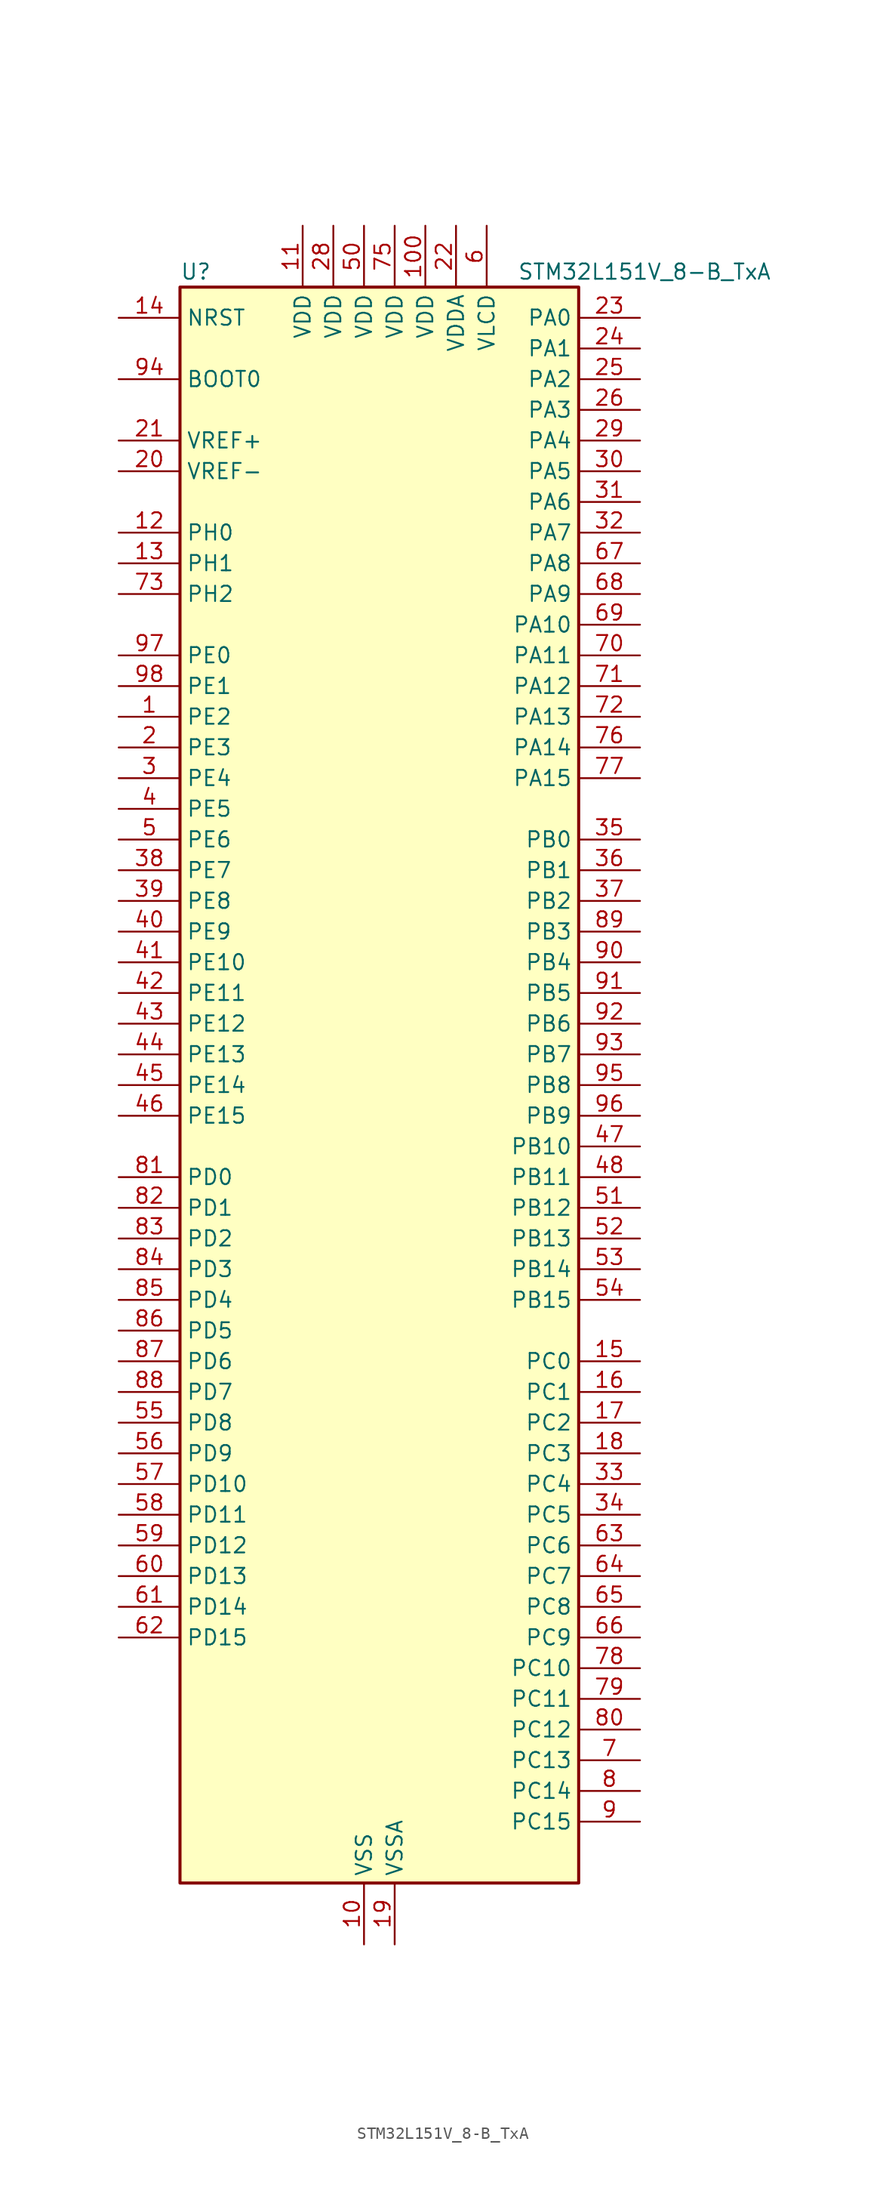
<source format=kicad_sym>
(kicad_symbol_lib
  (version 20220914)
  (generator kicad_symbol_editor)
  (symbol "STM32L151V_8-B_TxA"
    (property "Reference" "U"
      (at -15.24 67.31 0)
      (effects (font (size 1.27 1.27)) (justify left)))
    (property "Value" "STM32L151V_8-B_TxA"
      (at 12.7 67.31 0)
      (effects (font (size 1.27 1.27)) (justify left)))
    (property "ki_locked" ""
      (at 0 0 0)
      (effects (font (size 1.27 1.27))))
    (symbol "STM32L151V_8-B_TxA_0_1"
      (rectangle (start -15.24 -66.04) (end 17.78 66.04) (stroke (width 0.254) (type default)) (fill (type background))))
    (symbol "STM32L151V_8-B_TxA_1_1"
      (pin bidirectional line (at -20.32 30.48 0) (length 5.08) (name "PE2" (effects (font (size 1.27 1.27)))) (number "1" (effects (font (size 1.27 1.27)))) (alternate "SYS_TRACECK" bidirectional line) (alternate "TIM3_ETR" bidirectional line) (alternate "TIMX_IC3" bidirectional line))
      (pin power_in line (at 0 -71.12 90) (length 5.08) (name "VSS" (effects (font (size 1.27 1.27)))) (number "10" (effects (font (size 1.27 1.27)))))
      (pin power_in line (at 5.08 71.12 270) (length 5.08) (name "VDD" (effects (font (size 1.27 1.27)))) (number "100" (effects (font (size 1.27 1.27)))))
      (pin power_in line (at -5.08 71.12 270) (length 5.08) (name "VDD" (effects (font (size 1.27 1.27)))) (number "11" (effects (font (size 1.27 1.27)))))
      (pin bidirectional line (at -20.32 45.72 0) (length 5.08) (name "PH0" (effects (font (size 1.27 1.27)))) (number "12" (effects (font (size 1.27 1.27)))) (alternate "RCC_OSC_IN" bidirectional line))
      (pin bidirectional line (at -20.32 43.18 0) (length 5.08) (name "PH1" (effects (font (size 1.27 1.27)))) (number "13" (effects (font (size 1.27 1.27)))) (alternate "RCC_OSC_OUT" bidirectional line))
      (pin input line (at -20.32 63.5 0) (length 5.08) (name "NRST" (effects (font (size 1.27 1.27)))) (number "14" (effects (font (size 1.27 1.27)))))
      (pin bidirectional line (at 22.86 -22.86 180) (length 5.08) (name "PC0" (effects (font (size 1.27 1.27)))) (number "15" (effects (font (size 1.27 1.27)))) (alternate "ADC_IN10" bidirectional line) (alternate "COMP1_INP" bidirectional line) (alternate "TIMX_IC1" bidirectional line) (alternate "TS_G8_IO1" bidirectional line))
      (pin bidirectional line (at 22.86 -25.4 180) (length 5.08) (name "PC1" (effects (font (size 1.27 1.27)))) (number "16" (effects (font (size 1.27 1.27)))) (alternate "ADC_IN11" bidirectional line) (alternate "COMP1_INP" bidirectional line) (alternate "TIMX_IC2" bidirectional line) (alternate "TS_G8_IO2" bidirectional line))
      (pin bidirectional line (at 22.86 -27.94 180) (length 5.08) (name "PC2" (effects (font (size 1.27 1.27)))) (number "17" (effects (font (size 1.27 1.27)))) (alternate "ADC_IN12" bidirectional line) (alternate "COMP1_INP" bidirectional line) (alternate "TIMX_IC3" bidirectional line) (alternate "TS_G8_IO3" bidirectional line))
      (pin bidirectional line (at 22.86 -30.48 180) (length 5.08) (name "PC3" (effects (font (size 1.27 1.27)))) (number "18" (effects (font (size 1.27 1.27)))) (alternate "ADC_IN13" bidirectional line) (alternate "COMP1_INP" bidirectional line) (alternate "TIMX_IC4" bidirectional line) (alternate "TS_G8_IO4" bidirectional line))
      (pin power_in line (at 2.54 -71.12 90) (length 5.08) (name "VSSA" (effects (font (size 1.27 1.27)))) (number "19" (effects (font (size 1.27 1.27)))))
      (pin bidirectional line (at -20.32 27.94 0) (length 5.08) (name "PE3" (effects (font (size 1.27 1.27)))) (number "2" (effects (font (size 1.27 1.27)))) (alternate "SYS_TRACED0" bidirectional line) (alternate "TIM3_CH1" bidirectional line) (alternate "TIMX_IC4" bidirectional line))
      (pin input line (at -20.32 50.8 0) (length 5.08) (name "VREF-" (effects (font (size 1.27 1.27)))) (number "20" (effects (font (size 1.27 1.27)))))
      (pin input line (at -20.32 53.34 0) (length 5.08) (name "VREF+" (effects (font (size 1.27 1.27)))) (number "21" (effects (font (size 1.27 1.27)))))
      (pin power_in line (at 7.62 71.12 270) (length 5.08) (name "VDDA" (effects (font (size 1.27 1.27)))) (number "22" (effects (font (size 1.27 1.27)))))
      (pin bidirectional line (at 22.86 63.5 180) (length 5.08) (name "PA0" (effects (font (size 1.27 1.27)))) (number "23" (effects (font (size 1.27 1.27)))) (alternate "ADC_IN0" bidirectional line) (alternate "COMP1_INP" bidirectional line) (alternate "RTC_TAMP2" bidirectional line) (alternate "SYS_WKUP1" bidirectional line) (alternate "TIM2_CH1" bidirectional line) (alternate "TIM2_ETR" bidirectional line) (alternate "TIMX_IC1" bidirectional line) (alternate "TS_G1_IO1" bidirectional line) (alternate "USART2_CTS" bidirectional line))
      (pin bidirectional line (at 22.86 60.96 180) (length 5.08) (name "PA1" (effects (font (size 1.27 1.27)))) (number "24" (effects (font (size 1.27 1.27)))) (alternate "ADC_IN1" bidirectional line) (alternate "COMP1_INP" bidirectional line) (alternate "TIM2_CH2" bidirectional line) (alternate "TIMX_IC2" bidirectional line) (alternate "TS_G1_IO2" bidirectional line) (alternate "USART2_RTS" bidirectional line))
      (pin bidirectional line (at 22.86 58.42 180) (length 5.08) (name "PA2" (effects (font (size 1.27 1.27)))) (number "25" (effects (font (size 1.27 1.27)))) (alternate "ADC_IN2" bidirectional line) (alternate "COMP1_INP" bidirectional line) (alternate "TIM2_CH3" bidirectional line) (alternate "TIM9_CH1" bidirectional line) (alternate "TIMX_IC3" bidirectional line) (alternate "TS_G1_IO3" bidirectional line) (alternate "USART2_TX" bidirectional line))
      (pin bidirectional line (at 22.86 55.88 180) (length 5.08) (name "PA3" (effects (font (size 1.27 1.27)))) (number "26" (effects (font (size 1.27 1.27)))) (alternate "ADC_IN3" bidirectional line) (alternate "COMP1_INP" bidirectional line) (alternate "TIM2_CH4" bidirectional line) (alternate "TIM9_CH2" bidirectional line) (alternate "TIMX_IC4" bidirectional line) (alternate "TS_G1_IO4" bidirectional line) (alternate "USART2_RX" bidirectional line))
      (pin passive line (at 0 -71.12 90) (length 5.08) hide (name "VSS" (effects (font (size 1.27 1.27)))) (number "27" (effects (font (size 1.27 1.27)))))
      (pin power_in line (at -2.54 71.12 270) (length 5.08) (name "VDD" (effects (font (size 1.27 1.27)))) (number "28" (effects (font (size 1.27 1.27)))))
      (pin bidirectional line (at 22.86 53.34 180) (length 5.08) (name "PA4" (effects (font (size 1.27 1.27)))) (number "29" (effects (font (size 1.27 1.27)))) (alternate "ADC_IN4" bidirectional line) (alternate "COMP1_INP" bidirectional line) (alternate "DAC_OUT1" bidirectional line) (alternate "SPI1_NSS" bidirectional line) (alternate "TIMX_IC1" bidirectional line) (alternate "USART2_CK" bidirectional line))
      (pin bidirectional line (at -20.32 25.4 0) (length 5.08) (name "PE4" (effects (font (size 1.27 1.27)))) (number "3" (effects (font (size 1.27 1.27)))) (alternate "SYS_TRACED1" bidirectional line) (alternate "TIM3_CH2" bidirectional line) (alternate "TIMX_IC1" bidirectional line))
      (pin bidirectional line (at 22.86 50.8 180) (length 5.08) (name "PA5" (effects (font (size 1.27 1.27)))) (number "30" (effects (font (size 1.27 1.27)))) (alternate "ADC_IN5" bidirectional line) (alternate "COMP1_INP" bidirectional line) (alternate "DAC_OUT2" bidirectional line) (alternate "SPI1_SCK" bidirectional line) (alternate "TIM2_CH1" bidirectional line) (alternate "TIM2_ETR" bidirectional line) (alternate "TIMX_IC2" bidirectional line))
      (pin bidirectional line (at 22.86 48.26 180) (length 5.08) (name "PA6" (effects (font (size 1.27 1.27)))) (number "31" (effects (font (size 1.27 1.27)))) (alternate "ADC_IN6" bidirectional line) (alternate "COMP1_INP" bidirectional line) (alternate "SPI1_MISO" bidirectional line) (alternate "TIM10_CH1" bidirectional line) (alternate "TIM3_CH1" bidirectional line) (alternate "TIMX_IC3" bidirectional line) (alternate "TS_G2_IO1" bidirectional line))
      (pin bidirectional line (at 22.86 45.72 180) (length 5.08) (name "PA7" (effects (font (size 1.27 1.27)))) (number "32" (effects (font (size 1.27 1.27)))) (alternate "ADC_IN7" bidirectional line) (alternate "COMP1_INP" bidirectional line) (alternate "SPI1_MOSI" bidirectional line) (alternate "TIM11_CH1" bidirectional line) (alternate "TIM3_CH2" bidirectional line) (alternate "TIMX_IC4" bidirectional line) (alternate "TS_G2_IO2" bidirectional line))
      (pin bidirectional line (at 22.86 -33.02 180) (length 5.08) (name "PC4" (effects (font (size 1.27 1.27)))) (number "33" (effects (font (size 1.27 1.27)))) (alternate "ADC_IN14" bidirectional line) (alternate "COMP1_INP" bidirectional line) (alternate "TIMX_IC1" bidirectional line) (alternate "TS_G9_IO1" bidirectional line))
      (pin bidirectional line (at 22.86 -35.56 180) (length 5.08) (name "PC5" (effects (font (size 1.27 1.27)))) (number "34" (effects (font (size 1.27 1.27)))) (alternate "ADC_IN15" bidirectional line) (alternate "COMP1_INP" bidirectional line) (alternate "TIMX_IC2" bidirectional line) (alternate "TS_G9_IO2" bidirectional line))
      (pin bidirectional line (at 22.86 20.32 180) (length 5.08) (name "PB0" (effects (font (size 1.27 1.27)))) (number "35" (effects (font (size 1.27 1.27)))) (alternate "ADC_IN8" bidirectional line) (alternate "COMP1_INP" bidirectional line) (alternate "SYS_V_REF_OUT" bidirectional line) (alternate "TIM3_CH3" bidirectional line) (alternate "TS_G3_IO1" bidirectional line))
      (pin bidirectional line (at 22.86 17.78 180) (length 5.08) (name "PB1" (effects (font (size 1.27 1.27)))) (number "36" (effects (font (size 1.27 1.27)))) (alternate "ADC_IN9" bidirectional line) (alternate "COMP1_INP" bidirectional line) (alternate "SYS_V_REF_OUT" bidirectional line) (alternate "TIM3_CH4" bidirectional line) (alternate "TS_G3_IO2" bidirectional line))
      (pin bidirectional line (at 22.86 15.24 180) (length 5.08) (name "PB2" (effects (font (size 1.27 1.27)))) (number "37" (effects (font (size 1.27 1.27)))) (alternate "TS_G3_IO3" bidirectional line))
      (pin bidirectional line (at -20.32 17.78 0) (length 5.08) (name "PE7" (effects (font (size 1.27 1.27)))) (number "38" (effects (font (size 1.27 1.27)))) (alternate "ADC_IN22" bidirectional line) (alternate "COMP1_INP" bidirectional line) (alternate "TIMX_IC4" bidirectional line))
      (pin bidirectional line (at -20.32 15.24 0) (length 5.08) (name "PE8" (effects (font (size 1.27 1.27)))) (number "39" (effects (font (size 1.27 1.27)))) (alternate "ADC_IN23" bidirectional line) (alternate "COMP1_INP" bidirectional line) (alternate "TIMX_IC1" bidirectional line))
      (pin bidirectional line (at -20.32 22.86 0) (length 5.08) (name "PE5" (effects (font (size 1.27 1.27)))) (number "4" (effects (font (size 1.27 1.27)))) (alternate "SYS_TRACED2" bidirectional line) (alternate "TIM9_CH1" bidirectional line) (alternate "TIMX_IC2" bidirectional line))
      (pin bidirectional line (at -20.32 12.7 0) (length 5.08) (name "PE9" (effects (font (size 1.27 1.27)))) (number "40" (effects (font (size 1.27 1.27)))) (alternate "ADC_IN24" bidirectional line) (alternate "COMP1_INP" bidirectional line) (alternate "DAC_EXTI9" bidirectional line) (alternate "TIM2_CH1" bidirectional line) (alternate "TIM2_ETR" bidirectional line) (alternate "TIMX_IC2" bidirectional line))
      (pin bidirectional line (at -20.32 10.16 0) (length 5.08) (name "PE10" (effects (font (size 1.27 1.27)))) (number "41" (effects (font (size 1.27 1.27)))) (alternate "ADC_IN25" bidirectional line) (alternate "COMP1_INP" bidirectional line) (alternate "TIM2_CH2" bidirectional line) (alternate "TIMX_IC3" bidirectional line))
      (pin bidirectional line (at -20.32 7.62 0) (length 5.08) (name "PE11" (effects (font (size 1.27 1.27)))) (number "42" (effects (font (size 1.27 1.27)))) (alternate "ADC_EXTI11" bidirectional line) (alternate "TIM2_CH3" bidirectional line) (alternate "TIMX_IC4" bidirectional line))
      (pin bidirectional line (at -20.32 5.08 0) (length 5.08) (name "PE12" (effects (font (size 1.27 1.27)))) (number "43" (effects (font (size 1.27 1.27)))) (alternate "SPI1_NSS" bidirectional line) (alternate "TIM2_CH4" bidirectional line) (alternate "TIMX_IC1" bidirectional line))
      (pin bidirectional line (at -20.32 2.54 0) (length 5.08) (name "PE13" (effects (font (size 1.27 1.27)))) (number "44" (effects (font (size 1.27 1.27)))) (alternate "SPI1_SCK" bidirectional line) (alternate "TIMX_IC2" bidirectional line))
      (pin bidirectional line (at -20.32 0 0) (length 5.08) (name "PE14" (effects (font (size 1.27 1.27)))) (number "45" (effects (font (size 1.27 1.27)))) (alternate "SPI1_MISO" bidirectional line) (alternate "TIMX_IC3" bidirectional line))
      (pin bidirectional line (at -20.32 -2.54 0) (length 5.08) (name "PE15" (effects (font (size 1.27 1.27)))) (number "46" (effects (font (size 1.27 1.27)))) (alternate "ADC_EXTI15" bidirectional line) (alternate "SPI1_MOSI" bidirectional line) (alternate "TIMX_IC4" bidirectional line))
      (pin bidirectional line (at 22.86 -5.08 180) (length 5.08) (name "PB10" (effects (font (size 1.27 1.27)))) (number "47" (effects (font (size 1.27 1.27)))) (alternate "I2C2_SCL" bidirectional line) (alternate "TIM2_CH3" bidirectional line) (alternate "USART3_TX" bidirectional line))
      (pin bidirectional line (at 22.86 -7.62 180) (length 5.08) (name "PB11" (effects (font (size 1.27 1.27)))) (number "48" (effects (font (size 1.27 1.27)))) (alternate "ADC_EXTI11" bidirectional line) (alternate "I2C2_SDA" bidirectional line) (alternate "TIM2_CH4" bidirectional line) (alternate "USART3_RX" bidirectional line))
      (pin passive line (at 0 -71.12 90) (length 5.08) hide (name "VSS" (effects (font (size 1.27 1.27)))) (number "49" (effects (font (size 1.27 1.27)))))
      (pin bidirectional line (at -20.32 20.32 0) (length 5.08) (name "PE6" (effects (font (size 1.27 1.27)))) (number "5" (effects (font (size 1.27 1.27)))) (alternate "RTC_TAMP3" bidirectional line) (alternate "SYS_TRACED3" bidirectional line) (alternate "SYS_WKUP3" bidirectional line) (alternate "TIM9_CH2" bidirectional line) (alternate "TIMX_IC3" bidirectional line))
      (pin power_in line (at 0 71.12 270) (length 5.08) (name "VDD" (effects (font (size 1.27 1.27)))) (number "50" (effects (font (size 1.27 1.27)))))
      (pin bidirectional line (at 22.86 -10.16 180) (length 5.08) (name "PB12" (effects (font (size 1.27 1.27)))) (number "51" (effects (font (size 1.27 1.27)))) (alternate "ADC_IN18" bidirectional line) (alternate "COMP1_INP" bidirectional line) (alternate "I2C2_SMBA" bidirectional line) (alternate "SPI2_NSS" bidirectional line) (alternate "TIM10_CH1" bidirectional line) (alternate "TS_G7_IO1" bidirectional line) (alternate "USART3_CK" bidirectional line))
      (pin bidirectional line (at 22.86 -12.7 180) (length 5.08) (name "PB13" (effects (font (size 1.27 1.27)))) (number "52" (effects (font (size 1.27 1.27)))) (alternate "ADC_IN19" bidirectional line) (alternate "COMP1_INP" bidirectional line) (alternate "SPI2_SCK" bidirectional line) (alternate "TIM9_CH1" bidirectional line) (alternate "TS_G7_IO2" bidirectional line) (alternate "USART3_CTS" bidirectional line))
      (pin bidirectional line (at 22.86 -15.24 180) (length 5.08) (name "PB14" (effects (font (size 1.27 1.27)))) (number "53" (effects (font (size 1.27 1.27)))) (alternate "ADC_IN20" bidirectional line) (alternate "COMP1_INP" bidirectional line) (alternate "SPI2_MISO" bidirectional line) (alternate "TIM9_CH2" bidirectional line) (alternate "TS_G7_IO3" bidirectional line) (alternate "USART3_RTS" bidirectional line))
      (pin bidirectional line (at 22.86 -17.78 180) (length 5.08) (name "PB15" (effects (font (size 1.27 1.27)))) (number "54" (effects (font (size 1.27 1.27)))) (alternate "ADC_EXTI15" bidirectional line) (alternate "ADC_IN21" bidirectional line) (alternate "COMP1_INP" bidirectional line) (alternate "RTC_REFIN" bidirectional line) (alternate "SPI2_MOSI" bidirectional line) (alternate "TIM11_CH1" bidirectional line) (alternate "TS_G7_IO4" bidirectional line))
      (pin bidirectional line (at -20.32 -27.94 0) (length 5.08) (name "PD8" (effects (font (size 1.27 1.27)))) (number "55" (effects (font (size 1.27 1.27)))) (alternate "TIMX_IC1" bidirectional line) (alternate "USART3_TX" bidirectional line))
      (pin bidirectional line (at -20.32 -30.48 0) (length 5.08) (name "PD9" (effects (font (size 1.27 1.27)))) (number "56" (effects (font (size 1.27 1.27)))) (alternate "DAC_EXTI9" bidirectional line) (alternate "TIMX_IC2" bidirectional line) (alternate "USART3_RX" bidirectional line))
      (pin bidirectional line (at -20.32 -33.02 0) (length 5.08) (name "PD10" (effects (font (size 1.27 1.27)))) (number "57" (effects (font (size 1.27 1.27)))) (alternate "TIMX_IC3" bidirectional line) (alternate "USART3_CK" bidirectional line))
      (pin bidirectional line (at -20.32 -35.56 0) (length 5.08) (name "PD11" (effects (font (size 1.27 1.27)))) (number "58" (effects (font (size 1.27 1.27)))) (alternate "ADC_EXTI11" bidirectional line) (alternate "TIMX_IC4" bidirectional line) (alternate "USART3_CTS" bidirectional line))
      (pin bidirectional line (at -20.32 -38.1 0) (length 5.08) (name "PD12" (effects (font (size 1.27 1.27)))) (number "59" (effects (font (size 1.27 1.27)))) (alternate "TIM4_CH1" bidirectional line) (alternate "TIMX_IC1" bidirectional line) (alternate "USART3_RTS" bidirectional line))
      (pin power_in line (at 10.16 71.12 270) (length 5.08) (name "VLCD" (effects (font (size 1.27 1.27)))) (number "6" (effects (font (size 1.27 1.27)))))
      (pin bidirectional line (at -20.32 -40.64 0) (length 5.08) (name "PD13" (effects (font (size 1.27 1.27)))) (number "60" (effects (font (size 1.27 1.27)))) (alternate "TIM4_CH2" bidirectional line) (alternate "TIMX_IC2" bidirectional line))
      (pin bidirectional line (at -20.32 -43.18 0) (length 5.08) (name "PD14" (effects (font (size 1.27 1.27)))) (number "61" (effects (font (size 1.27 1.27)))) (alternate "TIM4_CH3" bidirectional line) (alternate "TIMX_IC3" bidirectional line))
      (pin bidirectional line (at -20.32 -45.72 0) (length 5.08) (name "PD15" (effects (font (size 1.27 1.27)))) (number "62" (effects (font (size 1.27 1.27)))) (alternate "ADC_EXTI15" bidirectional line) (alternate "TIM4_CH4" bidirectional line) (alternate "TIMX_IC4" bidirectional line))
      (pin bidirectional line (at 22.86 -38.1 180) (length 5.08) (name "PC6" (effects (font (size 1.27 1.27)))) (number "63" (effects (font (size 1.27 1.27)))) (alternate "TIM3_CH1" bidirectional line) (alternate "TIMX_IC3" bidirectional line) (alternate "TS_G10_IO1" bidirectional line))
      (pin bidirectional line (at 22.86 -40.64 180) (length 5.08) (name "PC7" (effects (font (size 1.27 1.27)))) (number "64" (effects (font (size 1.27 1.27)))) (alternate "TIM3_CH2" bidirectional line) (alternate "TIMX_IC4" bidirectional line) (alternate "TS_G10_IO2" bidirectional line))
      (pin bidirectional line (at 22.86 -43.18 180) (length 5.08) (name "PC8" (effects (font (size 1.27 1.27)))) (number "65" (effects (font (size 1.27 1.27)))) (alternate "TIM3_CH3" bidirectional line) (alternate "TIMX_IC1" bidirectional line) (alternate "TS_G10_IO3" bidirectional line))
      (pin bidirectional line (at 22.86 -45.72 180) (length 5.08) (name "PC9" (effects (font (size 1.27 1.27)))) (number "66" (effects (font (size 1.27 1.27)))) (alternate "DAC_EXTI9" bidirectional line) (alternate "TIM3_CH4" bidirectional line) (alternate "TIMX_IC2" bidirectional line) (alternate "TS_G10_IO4" bidirectional line))
      (pin bidirectional line (at 22.86 43.18 180) (length 5.08) (name "PA8" (effects (font (size 1.27 1.27)))) (number "67" (effects (font (size 1.27 1.27)))) (alternate "RCC_MCO" bidirectional line) (alternate "TIMX_IC1" bidirectional line) (alternate "TS_G4_IO1" bidirectional line) (alternate "USART1_CK" bidirectional line))
      (pin bidirectional line (at 22.86 40.64 180) (length 5.08) (name "PA9" (effects (font (size 1.27 1.27)))) (number "68" (effects (font (size 1.27 1.27)))) (alternate "DAC_EXTI9" bidirectional line) (alternate "TIMX_IC2" bidirectional line) (alternate "TS_G4_IO2" bidirectional line) (alternate "USART1_TX" bidirectional line))
      (pin bidirectional line (at 22.86 38.1 180) (length 5.08) (name "PA10" (effects (font (size 1.27 1.27)))) (number "69" (effects (font (size 1.27 1.27)))) (alternate "TIMX_IC3" bidirectional line) (alternate "TS_G4_IO3" bidirectional line) (alternate "USART1_RX" bidirectional line))
      (pin bidirectional line (at 22.86 -55.88 180) (length 5.08) (name "PC13" (effects (font (size 1.27 1.27)))) (number "7" (effects (font (size 1.27 1.27)))) (alternate "RTC_OUT_ALARM" bidirectional line) (alternate "RTC_OUT_CALIB" bidirectional line) (alternate "RTC_TAMP1" bidirectional line) (alternate "RTC_TS" bidirectional line) (alternate "SYS_WKUP2" bidirectional line) (alternate "TIMX_IC2" bidirectional line))
      (pin bidirectional line (at 22.86 35.56 180) (length 5.08) (name "PA11" (effects (font (size 1.27 1.27)))) (number "70" (effects (font (size 1.27 1.27)))) (alternate "ADC_EXTI11" bidirectional line) (alternate "SPI1_MISO" bidirectional line) (alternate "TIMX_IC4" bidirectional line) (alternate "USART1_CTS" bidirectional line) (alternate "USB_DM" bidirectional line))
      (pin bidirectional line (at 22.86 33.02 180) (length 5.08) (name "PA12" (effects (font (size 1.27 1.27)))) (number "71" (effects (font (size 1.27 1.27)))) (alternate "SPI1_MOSI" bidirectional line) (alternate "TIMX_IC1" bidirectional line) (alternate "USART1_RTS" bidirectional line) (alternate "USB_DP" bidirectional line))
      (pin bidirectional line (at 22.86 30.48 180) (length 5.08) (name "PA13" (effects (font (size 1.27 1.27)))) (number "72" (effects (font (size 1.27 1.27)))) (alternate "SYS_JTMS-SWDIO" bidirectional line) (alternate "TIMX_IC2" bidirectional line) (alternate "TS_G5_IO1" bidirectional line))
      (pin bidirectional line (at -20.32 40.64 0) (length 5.08) (name "PH2" (effects (font (size 1.27 1.27)))) (number "73" (effects (font (size 1.27 1.27)))))
      (pin passive line (at 0 -71.12 90) (length 5.08) hide (name "VSS" (effects (font (size 1.27 1.27)))) (number "74" (effects (font (size 1.27 1.27)))))
      (pin power_in line (at 2.54 71.12 270) (length 5.08) (name "VDD" (effects (font (size 1.27 1.27)))) (number "75" (effects (font (size 1.27 1.27)))))
      (pin bidirectional line (at 22.86 27.94 180) (length 5.08) (name "PA14" (effects (font (size 1.27 1.27)))) (number "76" (effects (font (size 1.27 1.27)))) (alternate "SYS_JTCK-SWCLK" bidirectional line) (alternate "TIMX_IC3" bidirectional line) (alternate "TS_G5_IO2" bidirectional line))
      (pin bidirectional line (at 22.86 25.4 180) (length 5.08) (name "PA15" (effects (font (size 1.27 1.27)))) (number "77" (effects (font (size 1.27 1.27)))) (alternate "ADC_EXTI15" bidirectional line) (alternate "SPI1_NSS" bidirectional line) (alternate "SYS_JTDI" bidirectional line) (alternate "TIM2_CH1" bidirectional line) (alternate "TIM2_ETR" bidirectional line) (alternate "TIMX_IC4" bidirectional line) (alternate "TS_G5_IO3" bidirectional line))
      (pin bidirectional line (at 22.86 -48.26 180) (length 5.08) (name "PC10" (effects (font (size 1.27 1.27)))) (number "78" (effects (font (size 1.27 1.27)))) (alternate "TIMX_IC3" bidirectional line) (alternate "USART3_TX" bidirectional line))
      (pin bidirectional line (at 22.86 -50.8 180) (length 5.08) (name "PC11" (effects (font (size 1.27 1.27)))) (number "79" (effects (font (size 1.27 1.27)))) (alternate "ADC_EXTI11" bidirectional line) (alternate "TIMX_IC4" bidirectional line) (alternate "USART3_RX" bidirectional line))
      (pin bidirectional line (at 22.86 -58.42 180) (length 5.08) (name "PC14" (effects (font (size 1.27 1.27)))) (number "8" (effects (font (size 1.27 1.27)))) (alternate "RCC_OSC32_IN" bidirectional line) (alternate "TIMX_IC3" bidirectional line))
      (pin bidirectional line (at 22.86 -53.34 180) (length 5.08) (name "PC12" (effects (font (size 1.27 1.27)))) (number "80" (effects (font (size 1.27 1.27)))) (alternate "TIMX_IC1" bidirectional line) (alternate "USART3_CK" bidirectional line))
      (pin bidirectional line (at -20.32 -7.62 0) (length 5.08) (name "PD0" (effects (font (size 1.27 1.27)))) (number "81" (effects (font (size 1.27 1.27)))) (alternate "SPI2_NSS" bidirectional line) (alternate "TIM9_CH1" bidirectional line) (alternate "TIMX_IC1" bidirectional line))
      (pin bidirectional line (at -20.32 -10.16 0) (length 5.08) (name "PD1" (effects (font (size 1.27 1.27)))) (number "82" (effects (font (size 1.27 1.27)))) (alternate "SPI2_SCK" bidirectional line) (alternate "TIMX_IC2" bidirectional line))
      (pin bidirectional line (at -20.32 -12.7 0) (length 5.08) (name "PD2" (effects (font (size 1.27 1.27)))) (number "83" (effects (font (size 1.27 1.27)))) (alternate "TIM3_ETR" bidirectional line) (alternate "TIMX_IC3" bidirectional line))
      (pin bidirectional line (at -20.32 -15.24 0) (length 5.08) (name "PD3" (effects (font (size 1.27 1.27)))) (number "84" (effects (font (size 1.27 1.27)))) (alternate "SPI2_MISO" bidirectional line) (alternate "TIMX_IC4" bidirectional line) (alternate "USART2_CTS" bidirectional line))
      (pin bidirectional line (at -20.32 -17.78 0) (length 5.08) (name "PD4" (effects (font (size 1.27 1.27)))) (number "85" (effects (font (size 1.27 1.27)))) (alternate "SPI2_MOSI" bidirectional line) (alternate "TIMX_IC1" bidirectional line) (alternate "USART2_RTS" bidirectional line))
      (pin bidirectional line (at -20.32 -20.32 0) (length 5.08) (name "PD5" (effects (font (size 1.27 1.27)))) (number "86" (effects (font (size 1.27 1.27)))) (alternate "TIMX_IC2" bidirectional line) (alternate "USART2_TX" bidirectional line))
      (pin bidirectional line (at -20.32 -22.86 0) (length 5.08) (name "PD6" (effects (font (size 1.27 1.27)))) (number "87" (effects (font (size 1.27 1.27)))) (alternate "TIMX_IC3" bidirectional line) (alternate "USART2_RX" bidirectional line))
      (pin bidirectional line (at -20.32 -25.4 0) (length 5.08) (name "PD7" (effects (font (size 1.27 1.27)))) (number "88" (effects (font (size 1.27 1.27)))) (alternate "TIM9_CH2" bidirectional line) (alternate "TIMX_IC4" bidirectional line) (alternate "USART2_CK" bidirectional line))
      (pin bidirectional line (at 22.86 12.7 180) (length 5.08) (name "PB3" (effects (font (size 1.27 1.27)))) (number "89" (effects (font (size 1.27 1.27)))) (alternate "COMP2_INM" bidirectional line) (alternate "SPI1_SCK" bidirectional line) (alternate "SYS_JTDO-TRACESWO" bidirectional line) (alternate "TIM2_CH2" bidirectional line))
      (pin bidirectional line (at 22.86 -60.96 180) (length 5.08) (name "PC15" (effects (font (size 1.27 1.27)))) (number "9" (effects (font (size 1.27 1.27)))) (alternate "ADC_EXTI15" bidirectional line) (alternate "RCC_OSC32_OUT" bidirectional line) (alternate "TIMX_IC4" bidirectional line))
      (pin bidirectional line (at 22.86 10.16 180) (length 5.08) (name "PB4" (effects (font (size 1.27 1.27)))) (number "90" (effects (font (size 1.27 1.27)))) (alternate "COMP2_INP" bidirectional line) (alternate "SPI1_MISO" bidirectional line) (alternate "SYS_JTRST" bidirectional line) (alternate "TIM3_CH1" bidirectional line) (alternate "TS_G6_IO1" bidirectional line))
      (pin bidirectional line (at 22.86 7.62 180) (length 5.08) (name "PB5" (effects (font (size 1.27 1.27)))) (number "91" (effects (font (size 1.27 1.27)))) (alternate "COMP2_INP" bidirectional line) (alternate "I2C1_SMBA" bidirectional line) (alternate "SPI1_MOSI" bidirectional line) (alternate "TIM3_CH2" bidirectional line) (alternate "TS_G6_IO2" bidirectional line))
      (pin bidirectional line (at 22.86 5.08 180) (length 5.08) (name "PB6" (effects (font (size 1.27 1.27)))) (number "92" (effects (font (size 1.27 1.27)))) (alternate "I2C1_SCL" bidirectional line) (alternate "TIM4_CH1" bidirectional line) (alternate "TS_G6_IO3" bidirectional line) (alternate "USART1_TX" bidirectional line))
      (pin bidirectional line (at 22.86 2.54 180) (length 5.08) (name "PB7" (effects (font (size 1.27 1.27)))) (number "93" (effects (font (size 1.27 1.27)))) (alternate "I2C1_SDA" bidirectional line) (alternate "SYS_PVD_IN" bidirectional line) (alternate "TIM4_CH2" bidirectional line) (alternate "TS_G6_IO4" bidirectional line) (alternate "USART1_RX" bidirectional line))
      (pin input line (at -20.32 58.42 0) (length 5.08) (name "BOOT0" (effects (font (size 1.27 1.27)))) (number "94" (effects (font (size 1.27 1.27)))))
      (pin bidirectional line (at 22.86 0 180) (length 5.08) (name "PB8" (effects (font (size 1.27 1.27)))) (number "95" (effects (font (size 1.27 1.27)))) (alternate "I2C1_SCL" bidirectional line) (alternate "TIM10_CH1" bidirectional line) (alternate "TIM4_CH3" bidirectional line))
      (pin bidirectional line (at 22.86 -2.54 180) (length 5.08) (name "PB9" (effects (font (size 1.27 1.27)))) (number "96" (effects (font (size 1.27 1.27)))) (alternate "DAC_EXTI9" bidirectional line) (alternate "I2C1_SDA" bidirectional line) (alternate "TIM11_CH1" bidirectional line) (alternate "TIM4_CH4" bidirectional line))
      (pin bidirectional line (at -20.32 35.56 0) (length 5.08) (name "PE0" (effects (font (size 1.27 1.27)))) (number "97" (effects (font (size 1.27 1.27)))) (alternate "TIM10_CH1" bidirectional line) (alternate "TIM4_ETR" bidirectional line) (alternate "TIMX_IC1" bidirectional line))
      (pin bidirectional line (at -20.32 33.02 0) (length 5.08) (name "PE1" (effects (font (size 1.27 1.27)))) (number "98" (effects (font (size 1.27 1.27)))) (alternate "TIM11_CH1" bidirectional line) (alternate "TIMX_IC2" bidirectional line))
      (pin passive line (at 0 -71.12 90) (length 5.08) hide (name "VSS" (effects (font (size 1.27 1.27)))) (number "99" (effects (font (size 1.27 1.27))))))))
</source>
